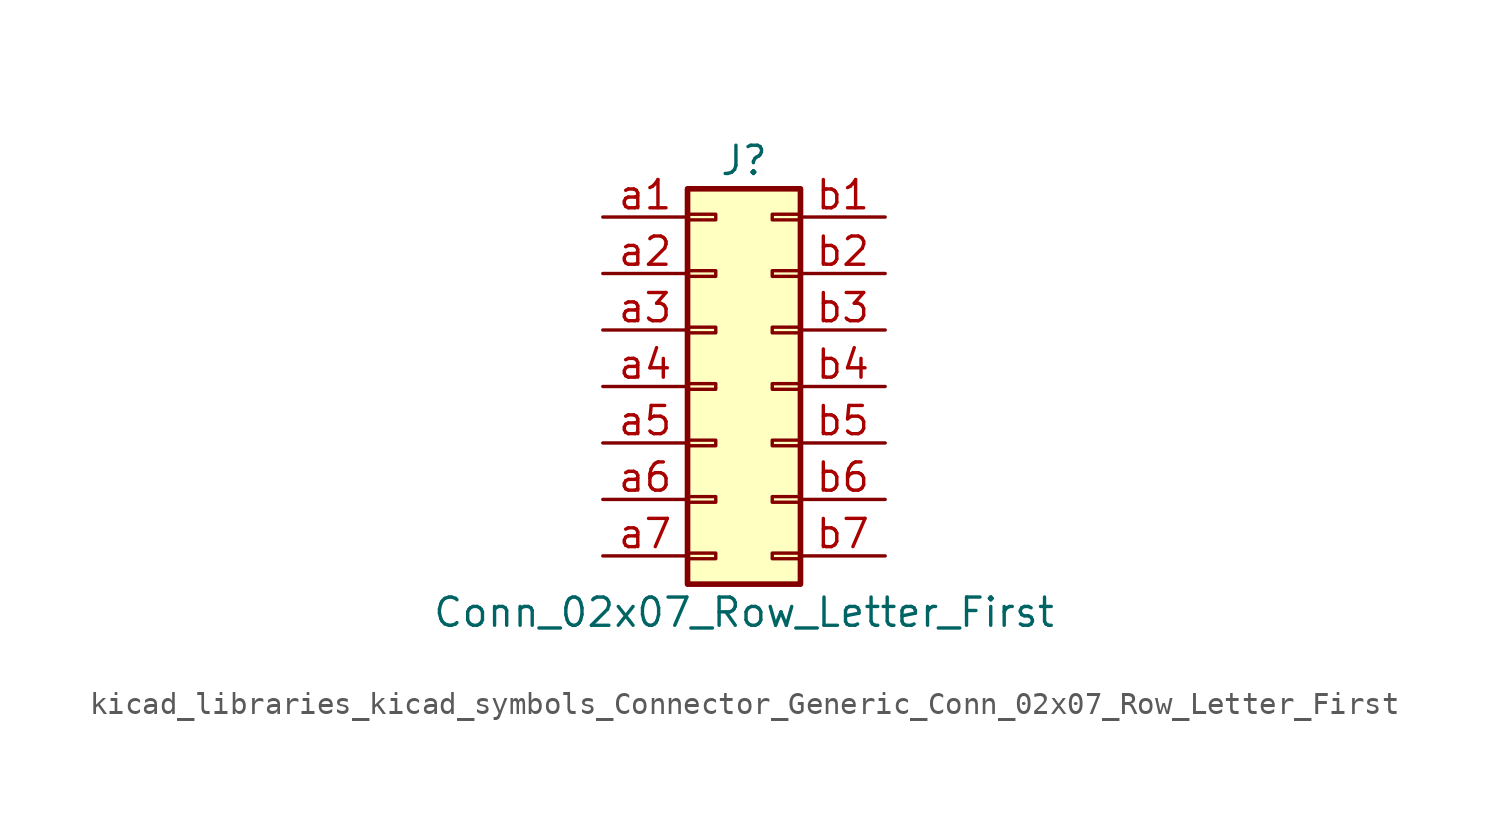
<source format=kicad_sym>
(kicad_symbol_lib
  (version 20220914)
  (generator kicad_symbol_editor)
  (symbol "kicad_libraries_kicad_symbols_Connector_Generic_Conn_02x07_Row_Letter_First"
    (pin_names
      (offset 1.016) hide)
    (property "Reference" "J"
      (at 1.27 10.16 0)
      (effects (font (size 1.27 1.27))))
    (property "Value" "Conn_02x07_Row_Letter_First"
      (at 1.27 -10.16 0)
      (effects (font (size 1.27 1.27))))
    (symbol "kicad_libraries_kicad_symbols_Connector_Generic_Conn_02x07_Row_Letter_First_1_1"
      (rectangle (start -1.27 -7.493) (end 0 -7.747) (stroke (width 0.152) (type default)) (fill (type none)))
      (rectangle (start -1.27 -4.953) (end 0 -5.207) (stroke (width 0.152) (type default)) (fill (type none)))
      (rectangle (start -1.27 -2.413) (end 0 -2.667) (stroke (width 0.152) (type default)) (fill (type none)))
      (rectangle (start -1.27 0.127) (end 0 -0.127) (stroke (width 0.152) (type default)) (fill (type none)))
      (rectangle (start -1.27 2.667) (end 0 2.413) (stroke (width 0.152) (type default)) (fill (type none)))
      (rectangle (start -1.27 5.207) (end 0 4.953) (stroke (width 0.152) (type default)) (fill (type none)))
      (rectangle (start -1.27 7.747) (end 0 7.493) (stroke (width 0.152) (type default)) (fill (type none)))
      (rectangle (start -1.27 8.89) (end 3.81 -8.89) (stroke (width 0.254) (type default)) (fill (type background)))
      (rectangle (start 3.81 -7.493) (end 2.54 -7.747) (stroke (width 0.152) (type default)) (fill (type none)))
      (rectangle (start 3.81 -4.953) (end 2.54 -5.207) (stroke (width 0.152) (type default)) (fill (type none)))
      (rectangle (start 3.81 -2.413) (end 2.54 -2.667) (stroke (width 0.152) (type default)) (fill (type none)))
      (rectangle (start 3.81 0.127) (end 2.54 -0.127) (stroke (width 0.152) (type default)) (fill (type none)))
      (rectangle (start 3.81 2.667) (end 2.54 2.413) (stroke (width 0.152) (type default)) (fill (type none)))
      (rectangle (start 3.81 5.207) (end 2.54 4.953) (stroke (width 0.152) (type default)) (fill (type none)))
      (rectangle (start 3.81 7.747) (end 2.54 7.493) (stroke (width 0.152) (type default)) (fill (type none)))
      (pin passive line (at -5.08 7.62 0) (length 3.81) (name "Pin_a1" (effects (font (size 1.27 1.27)))) (number "a1" (effects (font (size 1.27 1.27)))))
      (pin passive line (at -5.08 5.08 0) (length 3.81) (name "Pin_a2" (effects (font (size 1.27 1.27)))) (number "a2" (effects (font (size 1.27 1.27)))))
      (pin passive line (at -5.08 2.54 0) (length 3.81) (name "Pin_a3" (effects (font (size 1.27 1.27)))) (number "a3" (effects (font (size 1.27 1.27)))))
      (pin passive line (at -5.08 0 0) (length 3.81) (name "Pin_a4" (effects (font (size 1.27 1.27)))) (number "a4" (effects (font (size 1.27 1.27)))))
      (pin passive line (at -5.08 -2.54 0) (length 3.81) (name "Pin_a5" (effects (font (size 1.27 1.27)))) (number "a5" (effects (font (size 1.27 1.27)))))
      (pin passive line (at -5.08 -5.08 0) (length 3.81) (name "Pin_a6" (effects (font (size 1.27 1.27)))) (number "a6" (effects (font (size 1.27 1.27)))))
      (pin passive line (at -5.08 -7.62 0) (length 3.81) (name "Pin_a7" (effects (font (size 1.27 1.27)))) (number "a7" (effects (font (size 1.27 1.27)))))
      (pin passive line (at 7.62 7.62 180) (length 3.81) (name "Pin_b1" (effects (font (size 1.27 1.27)))) (number "b1" (effects (font (size 1.27 1.27)))))
      (pin passive line (at 7.62 5.08 180) (length 3.81) (name "Pin_b2" (effects (font (size 1.27 1.27)))) (number "b2" (effects (font (size 1.27 1.27)))))
      (pin passive line (at 7.62 2.54 180) (length 3.81) (name "Pin_b3" (effects (font (size 1.27 1.27)))) (number "b3" (effects (font (size 1.27 1.27)))))
      (pin passive line (at 7.62 0 180) (length 3.81) (name "Pin_b4" (effects (font (size 1.27 1.27)))) (number "b4" (effects (font (size 1.27 1.27)))))
      (pin passive line (at 7.62 -2.54 180) (length 3.81) (name "Pin_b5" (effects (font (size 1.27 1.27)))) (number "b5" (effects (font (size 1.27 1.27)))))
      (pin passive line (at 7.62 -5.08 180) (length 3.81) (name "Pin_b6" (effects (font (size 1.27 1.27)))) (number "b6" (effects (font (size 1.27 1.27)))))
      (pin passive line (at 7.62 -7.62 180) (length 3.81) (name "Pin_b7" (effects (font (size 1.27 1.27)))) (number "b7" (effects (font (size 1.27 1.27))))))))
</source>
